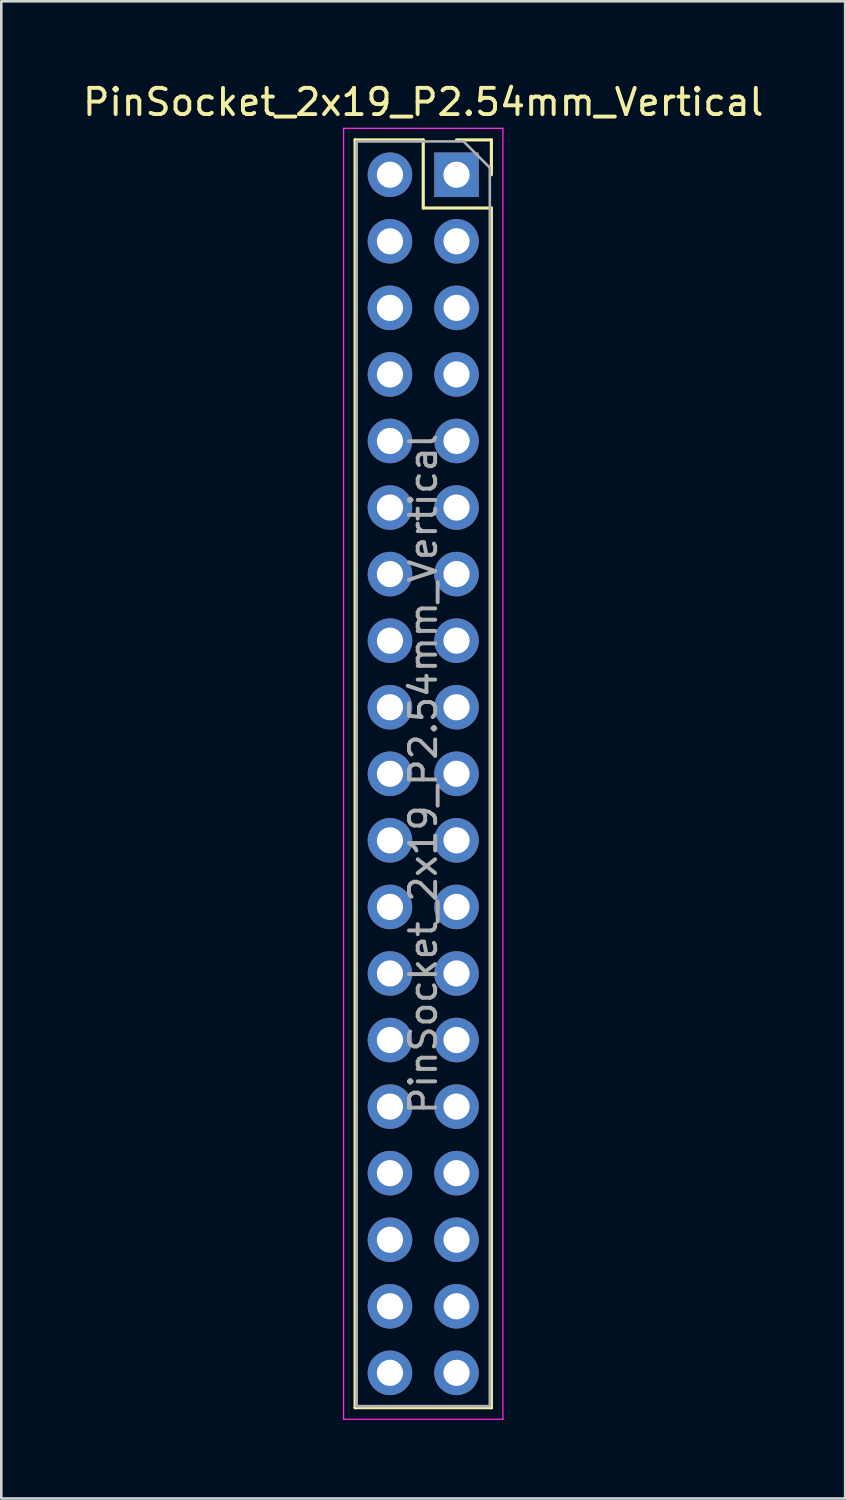
<source format=kicad_pcb>
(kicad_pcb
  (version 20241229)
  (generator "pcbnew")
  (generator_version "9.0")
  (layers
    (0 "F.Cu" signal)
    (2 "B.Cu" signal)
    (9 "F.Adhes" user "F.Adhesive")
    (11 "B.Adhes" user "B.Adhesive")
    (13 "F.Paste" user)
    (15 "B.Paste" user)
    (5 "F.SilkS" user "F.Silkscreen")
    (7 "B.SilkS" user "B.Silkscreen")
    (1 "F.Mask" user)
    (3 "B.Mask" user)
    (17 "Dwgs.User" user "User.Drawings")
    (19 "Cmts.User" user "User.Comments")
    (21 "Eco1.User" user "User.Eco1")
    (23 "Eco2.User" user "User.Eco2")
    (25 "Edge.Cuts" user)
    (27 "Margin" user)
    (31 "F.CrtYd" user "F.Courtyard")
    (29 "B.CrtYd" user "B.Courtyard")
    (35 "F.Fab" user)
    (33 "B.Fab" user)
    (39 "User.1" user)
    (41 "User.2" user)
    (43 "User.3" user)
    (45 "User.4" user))
  (footprint "PinSocket_2x19_P2.54mm_Vertical"
    (layer "F.Cu")
    (at 14.371 3.618)
    (property "Reference" "PinSocket_2x19_P2.54mm_Vertical" (at -1.27 -2.77 0) (layer "F.SilkS") (effects (font (size 1 1) (thickness 0.15))))
    (attr through_hole)
    (fp_line (start -3.87 -1.33) (end -3.87 47.05) (stroke (width 0.12) (type solid)) (layer "F.SilkS"))
    (fp_line (start -3.87 -1.33) (end -1.27 -1.33) (stroke (width 0.12) (type solid)) (layer "F.SilkS"))
    (fp_line (start -3.87 47.05) (end 1.33 47.05) (stroke (width 0.12) (type solid)) (layer "F.SilkS"))
    (fp_line (start -1.27 -1.33) (end -1.27 1.27) (stroke (width 0.12) (type solid)) (layer "F.SilkS"))
    (fp_line (start -1.27 1.27) (end 1.33 1.27) (stroke (width 0.12) (type solid)) (layer "F.SilkS"))
    (fp_line (start 0 -1.33) (end 1.33 -1.33) (stroke (width 0.12) (type solid)) (layer "F.SilkS"))
    (fp_line (start 1.33 -1.33) (end 1.33 0) (stroke (width 0.12) (type solid)) (layer "F.SilkS"))
    (fp_line (start 1.33 1.27) (end 1.33 47.05) (stroke (width 0.12) (type solid)) (layer "F.SilkS"))
    (fp_line (start -4.31 -1.77) (end 1.77 -1.77) (stroke (width 0.05) (type solid)) (layer "F.CrtYd"))
    (fp_line (start -4.31 47.49) (end -4.31 -1.77) (stroke (width 0.05) (type solid)) (layer "F.CrtYd"))
    (fp_line (start 1.77 -1.77) (end 1.77 47.49) (stroke (width 0.05) (type solid)) (layer "F.CrtYd"))
    (fp_line (start 1.77 47.49) (end -4.31 47.49) (stroke (width 0.05) (type solid)) (layer "F.CrtYd"))
    (fp_line (start -3.81 -1.27) (end 0.27 -1.27) (stroke (width 0.1) (type solid)) (layer "F.Fab"))
    (fp_line (start -3.81 46.99) (end -3.81 -1.27) (stroke (width 0.1) (type solid)) (layer "F.Fab"))
    (fp_line (start 0.27 -1.27) (end 1.27 -0.27) (stroke (width 0.1) (type solid)) (layer "F.Fab"))
    (fp_line (start 1.27 -0.27) (end 1.27 46.99) (stroke (width 0.1) (type solid)) (layer "F.Fab"))
    (fp_line (start 1.27 46.99) (end -3.81 46.99) (stroke (width 0.1) (type solid)) (layer "F.Fab"))
    (fp_text user "${REFERENCE}" (at -1.27 22.86 90) (layer "F.Fab") (effects (font (size 1 1) (thickness 0.15))))
    (pad "1" thru_hole rect (at 0 0) (size 1.7 1.7) (drill 1) (layers "*.Cu" "*.Mask"))
    (pad "2" thru_hole circle (at -2.54 0) (size 1.7 1.7) (drill 1) (layers "*.Cu" "*.Mask"))
    (pad "3" thru_hole circle (at 0 2.54) (size 1.7 1.7) (drill 1) (layers "*.Cu" "*.Mask"))
    (pad "4" thru_hole circle (at -2.54 2.54) (size 1.7 1.7) (drill 1) (layers "*.Cu" "*.Mask"))
    (pad "5" thru_hole circle (at 0 5.08) (size 1.7 1.7) (drill 1) (layers "*.Cu" "*.Mask"))
    (pad "6" thru_hole circle (at -2.54 5.08) (size 1.7 1.7) (drill 1) (layers "*.Cu" "*.Mask"))
    (pad "7" thru_hole circle (at 0 7.62) (size 1.7 1.7) (drill 1) (layers "*.Cu" "*.Mask"))
    (pad "8" thru_hole circle (at -2.54 7.62) (size 1.7 1.7) (drill 1) (layers "*.Cu" "*.Mask"))
    (pad "9" thru_hole circle (at 0 10.16) (size 1.7 1.7) (drill 1) (layers "*.Cu" "*.Mask"))
    (pad "10" thru_hole circle (at -2.54 10.16) (size 1.7 1.7) (drill 1) (layers "*.Cu" "*.Mask"))
    (pad "11" thru_hole circle (at 0 12.7) (size 1.7 1.7) (drill 1) (layers "*.Cu" "*.Mask"))
    (pad "12" thru_hole circle (at -2.54 12.7) (size 1.7 1.7) (drill 1) (layers "*.Cu" "*.Mask"))
    (pad "13" thru_hole circle (at 0 15.24) (size 1.7 1.7) (drill 1) (layers "*.Cu" "*.Mask"))
    (pad "14" thru_hole circle (at -2.54 15.24) (size 1.7 1.7) (drill 1) (layers "*.Cu" "*.Mask"))
    (pad "15" thru_hole circle (at 0 17.78) (size 1.7 1.7) (drill 1) (layers "*.Cu" "*.Mask"))
    (pad "16" thru_hole circle (at -2.54 17.78) (size 1.7 1.7) (drill 1) (layers "*.Cu" "*.Mask"))
    (pad "17" thru_hole circle (at 0 20.32) (size 1.7 1.7) (drill 1) (layers "*.Cu" "*.Mask"))
    (pad "18" thru_hole circle (at -2.54 20.32) (size 1.7 1.7) (drill 1) (layers "*.Cu" "*.Mask"))
    (pad "19" thru_hole circle (at 0 22.86) (size 1.7 1.7) (drill 1) (layers "*.Cu" "*.Mask"))
    (pad "20" thru_hole circle (at -2.54 22.86) (size 1.7 1.7) (drill 1) (layers "*.Cu" "*.Mask"))
    (pad "21" thru_hole circle (at 0 25.4) (size 1.7 1.7) (drill 1) (layers "*.Cu" "*.Mask"))
    (pad "22" thru_hole circle (at -2.54 25.4) (size 1.7 1.7) (drill 1) (layers "*.Cu" "*.Mask"))
    (pad "23" thru_hole circle (at 0 27.94) (size 1.7 1.7) (drill 1) (layers "*.Cu" "*.Mask"))
    (pad "24" thru_hole circle (at -2.54 27.94) (size 1.7 1.7) (drill 1) (layers "*.Cu" "*.Mask"))
    (pad "25" thru_hole circle (at 0 30.48) (size 1.7 1.7) (drill 1) (layers "*.Cu" "*.Mask"))
    (pad "26" thru_hole circle (at -2.54 30.48) (size 1.7 1.7) (drill 1) (layers "*.Cu" "*.Mask"))
    (pad "27" thru_hole circle (at 0 33.02) (size 1.7 1.7) (drill 1) (layers "*.Cu" "*.Mask"))
    (pad "28" thru_hole circle (at -2.54 33.02) (size 1.7 1.7) (drill 1) (layers "*.Cu" "*.Mask"))
    (pad "29" thru_hole circle (at 0 35.56) (size 1.7 1.7) (drill 1) (layers "*.Cu" "*.Mask"))
    (pad "30" thru_hole circle (at -2.54 35.56) (size 1.7 1.7) (drill 1) (layers "*.Cu" "*.Mask"))
    (pad "31" thru_hole circle (at 0 38.1) (size 1.7 1.7) (drill 1) (layers "*.Cu" "*.Mask"))
    (pad "32" thru_hole circle (at -2.54 38.1) (size 1.7 1.7) (drill 1) (layers "*.Cu" "*.Mask"))
    (pad "33" thru_hole circle (at 0 40.64) (size 1.7 1.7) (drill 1) (layers "*.Cu" "*.Mask"))
    (pad "34" thru_hole circle (at -2.54 40.64) (size 1.7 1.7) (drill 1) (layers "*.Cu" "*.Mask"))
    (pad "35" thru_hole circle (at 0 43.18) (size 1.7 1.7) (drill 1) (layers "*.Cu" "*.Mask"))
    (pad "36" thru_hole circle (at -2.54 43.18) (size 1.7 1.7) (drill 1) (layers "*.Cu" "*.Mask"))
    (pad "37" thru_hole circle (at 0 45.72) (size 1.7 1.7) (drill 1) (layers "*.Cu" "*.Mask"))
    (pad "38" thru_hole circle (at -2.54 45.72) (size 1.7 1.7) (drill 1) (layers "*.Cu" "*.Mask")))
  (gr_rect
    (start -3 -3)
    (end 29.202 54.133)
    (stroke (width 0.1) (type default))
    (fill no)
    (layer "Edge.Cuts")))
</source>
